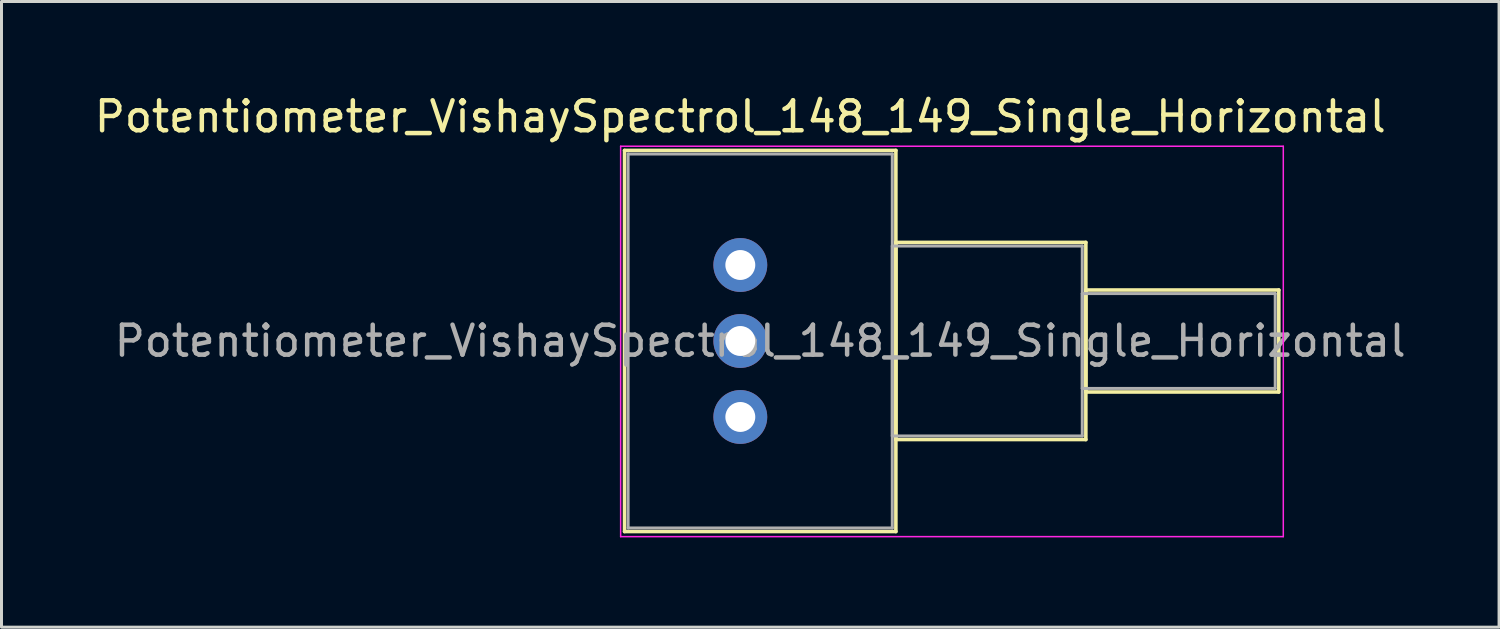
<source format=kicad_pcb>
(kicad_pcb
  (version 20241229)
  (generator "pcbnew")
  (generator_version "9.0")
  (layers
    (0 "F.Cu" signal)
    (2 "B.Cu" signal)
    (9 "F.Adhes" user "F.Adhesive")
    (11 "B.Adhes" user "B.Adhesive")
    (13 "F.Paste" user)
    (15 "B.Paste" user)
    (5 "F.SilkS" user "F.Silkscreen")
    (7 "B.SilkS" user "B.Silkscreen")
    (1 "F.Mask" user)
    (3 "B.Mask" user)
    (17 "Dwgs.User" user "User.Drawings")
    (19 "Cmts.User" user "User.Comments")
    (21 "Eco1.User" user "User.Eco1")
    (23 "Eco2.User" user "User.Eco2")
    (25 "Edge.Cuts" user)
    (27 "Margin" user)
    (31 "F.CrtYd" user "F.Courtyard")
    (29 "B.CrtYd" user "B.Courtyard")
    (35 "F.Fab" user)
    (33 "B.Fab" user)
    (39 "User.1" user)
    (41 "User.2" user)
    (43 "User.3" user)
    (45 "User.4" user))
  (footprint "Potentiometer_VishaySpectrol_148_149_Single_Horizontal"
    (layer "F.Cu")
    (at 21.696 10.888)
    (property "Reference" "Potentiometer_VishaySpectrol_148_149_Single_Horizontal" (at 0 -10.04 0) (layer "F.SilkS") (effects (font (size 1 1) (thickness 0.15))))
    (attr through_hole)
    (fp_line (start -3.87 -8.91) (end -3.87 3.83) (stroke (width 0.12) (type solid)) (layer "F.SilkS"))
    (fp_line (start -3.87 -8.91) (end 5.2 -8.91) (stroke (width 0.12) (type solid)) (layer "F.SilkS"))
    (fp_line (start -3.87 3.83) (end 5.2 3.83) (stroke (width 0.12) (type solid)) (layer "F.SilkS"))
    (fp_line (start 5.2 -8.91) (end 5.2 3.83) (stroke (width 0.12) (type solid)) (layer "F.SilkS"))
    (fp_line (start 5.2 -5.835) (end 5.2 0.755) (stroke (width 0.12) (type solid)) (layer "F.SilkS"))
    (fp_line (start 5.2 -5.835) (end 11.55 -5.835) (stroke (width 0.12) (type solid)) (layer "F.SilkS"))
    (fp_line (start 5.2 0.755) (end 11.55 0.755) (stroke (width 0.12) (type solid)) (layer "F.SilkS"))
    (fp_line (start 11.55 -5.835) (end 11.55 0.755) (stroke (width 0.12) (type solid)) (layer "F.SilkS"))
    (fp_line (start 11.55 -4.244) (end 11.55 -0.835) (stroke (width 0.12) (type solid)) (layer "F.SilkS"))
    (fp_line (start 11.55 -4.244) (end 18 -4.244) (stroke (width 0.12) (type solid)) (layer "F.SilkS"))
    (fp_line (start 11.55 -0.835) (end 18 -0.835) (stroke (width 0.12) (type solid)) (layer "F.SilkS"))
    (fp_line (start 18 -4.244) (end 18 -0.835) (stroke (width 0.12) (type solid)) (layer "F.SilkS"))
    (fp_line (start -4 -9.05) (end -4 4) (stroke (width 0.05) (type solid)) (layer "F.CrtYd"))
    (fp_line (start -4 4) (end 18.15 4) (stroke (width 0.05) (type solid)) (layer "F.CrtYd"))
    (fp_line (start 18.15 -9.05) (end -4 -9.05) (stroke (width 0.05) (type solid)) (layer "F.CrtYd"))
    (fp_line (start 18.15 4) (end 18.15 -9.05) (stroke (width 0.05) (type solid)) (layer "F.CrtYd"))
    (fp_line (start -3.75 -8.79) (end -3.75 3.71) (stroke (width 0.1) (type solid)) (layer "F.Fab"))
    (fp_line (start -3.75 3.71) (end 5.08 3.71) (stroke (width 0.1) (type solid)) (layer "F.Fab"))
    (fp_line (start 5.08 -8.79) (end -3.75 -8.79) (stroke (width 0.1) (type solid)) (layer "F.Fab"))
    (fp_line (start 5.08 -5.715) (end 5.08 0.635) (stroke (width 0.1) (type solid)) (layer "F.Fab"))
    (fp_line (start 5.08 0.635) (end 11.43 0.635) (stroke (width 0.1) (type solid)) (layer "F.Fab"))
    (fp_line (start 5.08 3.71) (end 5.08 -8.79) (stroke (width 0.1) (type solid)) (layer "F.Fab"))
    (fp_line (start 11.43 -5.715) (end 5.08 -5.715) (stroke (width 0.1) (type solid)) (layer "F.Fab"))
    (fp_line (start 11.43 -4.125) (end 11.43 -0.955) (stroke (width 0.1) (type solid)) (layer "F.Fab"))
    (fp_line (start 11.43 -0.955) (end 17.88 -0.955) (stroke (width 0.1) (type solid)) (layer "F.Fab"))
    (fp_line (start 11.43 0.635) (end 11.43 -5.715) (stroke (width 0.1) (type solid)) (layer "F.Fab"))
    (fp_line (start 17.88 -4.125) (end 11.43 -4.125) (stroke (width 0.1) (type solid)) (layer "F.Fab"))
    (fp_line (start 17.88 -0.955) (end 17.88 -4.125) (stroke (width 0.1) (type solid)) (layer "F.Fab"))
    (fp_text user "${REFERENCE}" (at 0.665 -2.54 0) (layer "F.Fab") (effects (font (size 1 1) (thickness 0.15))))
    (pad "1" thru_hole circle (at 0 0) (size 1.8 1.8) (drill 1) (layers "*.Cu" "*.Mask"))
    (pad "2" thru_hole circle (at 0 -2.54) (size 1.8 1.8) (drill 1) (layers "*.Cu" "*.Mask"))
    (pad "3" thru_hole circle (at 0 -5.08) (size 1.8 1.8) (drill 1) (layers "*.Cu" "*.Mask")))
  (gr_rect
    (start -3 -3)
    (end 47.058 17.913)
    (stroke (width 0.1) (type default))
    (fill no)
    (layer "Edge.Cuts")))
</source>
